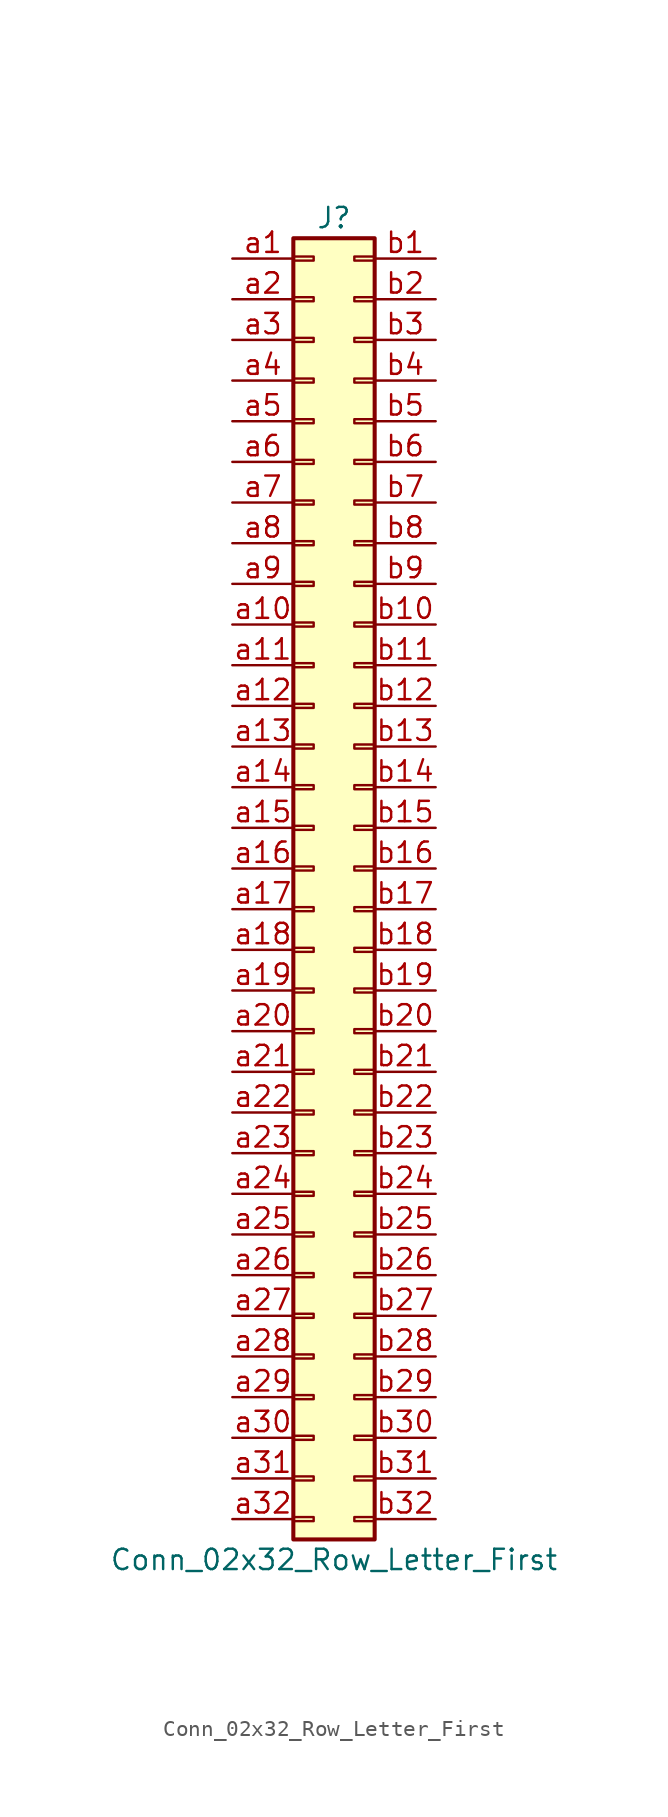
<source format=kicad_sym>
(kicad_symbol_lib
  (version 20201005)
  (generator kicad_symbol_editor)
  (symbol "Connector_Generic:Conn_02x32_Row_Letter_First"
    (pin_names
      (offset 1.016) hide)
    (property "Reference" "J"
      (at 1.27 40.64 0)
      (effects (font (size 1.27 1.27))))
    (property "Value" "Conn_02x32_Row_Letter_First"
      (at 1.27 -43.18 0)
      (effects (font (size 1.27 1.27))))
    (symbol "Conn_02x32_Row_Letter_First_1_1"
      (rectangle (start -1.27 -27.813) (end 0 -28.067) (stroke (width 0.152)) (fill (type none)))
      (rectangle (start -1.27 -30.353) (end 0 -30.607) (stroke (width 0.152)) (fill (type none)))
      (rectangle (start -1.27 -32.893) (end 0 -33.147) (stroke (width 0.152)) (fill (type none)))
      (rectangle (start -1.27 -35.433) (end 0 -35.687) (stroke (width 0.152)) (fill (type none)))
      (rectangle (start -1.27 -37.973) (end 0 -38.227) (stroke (width 0.152)) (fill (type none)))
      (rectangle (start -1.27 -40.513) (end 0 -40.767) (stroke (width 0.152)) (fill (type none)))
      (rectangle (start -1.27 -4.953) (end 0 -5.207) (stroke (width 0.152)) (fill (type none)))
      (rectangle (start -1.27 -7.493) (end 0 -7.747) (stroke (width 0.152)) (fill (type none)))
      (rectangle (start -1.27 -10.033) (end 0 -10.287) (stroke (width 0.152)) (fill (type none)))
      (rectangle (start -1.27 -12.573) (end 0 -12.827) (stroke (width 0.152)) (fill (type none)))
      (rectangle (start -1.27 -15.113) (end 0 -15.367) (stroke (width 0.152)) (fill (type none)))
      (rectangle (start -1.27 -17.653) (end 0 -17.907) (stroke (width 0.152)) (fill (type none)))
      (rectangle (start -1.27 -20.193) (end 0 -20.447) (stroke (width 0.152)) (fill (type none)))
      (rectangle (start -1.27 -22.733) (end 0 -22.987) (stroke (width 0.152)) (fill (type none)))
      (rectangle (start -1.27 -2.413) (end 0 -2.667) (stroke (width 0.152)) (fill (type none)))
      (rectangle (start -1.27 -25.273) (end 0 -25.527) (stroke (width 0.152)) (fill (type none)))
      (rectangle (start -1.27 25.527) (end 0 25.273) (stroke (width 0.152)) (fill (type none)))
      (rectangle (start -1.27 2.667) (end 0 2.413) (stroke (width 0.152)) (fill (type none)))
      (rectangle (start -1.27 28.067) (end 0 27.813) (stroke (width 0.152)) (fill (type none)))
      (rectangle (start -1.27 30.607) (end 0 30.353) (stroke (width 0.152)) (fill (type none)))
      (rectangle (start -1.27 33.147) (end 0 32.893) (stroke (width 0.152)) (fill (type none)))
      (rectangle (start -1.27 35.687) (end 0 35.433) (stroke (width 0.152)) (fill (type none)))
      (rectangle (start -1.27 38.227) (end 0 37.973) (stroke (width 0.152)) (fill (type none)))
      (rectangle (start -1.27 39.37) (end 3.81 -41.91) (stroke (width 0.254)) (fill (type background)))
      (rectangle (start -1.27 5.207) (end 0 4.953) (stroke (width 0.152)) (fill (type none)))
      (rectangle (start -1.27 7.747) (end 0 7.493) (stroke (width 0.152)) (fill (type none)))
      (rectangle (start -1.27 10.287) (end 0 10.033) (stroke (width 0.152)) (fill (type none)))
      (rectangle (start -1.27 0.127) (end 0 -0.127) (stroke (width 0.152)) (fill (type none)))
      (rectangle (start -1.27 12.827) (end 0 12.573) (stroke (width 0.152)) (fill (type none)))
      (rectangle (start -1.27 15.367) (end 0 15.113) (stroke (width 0.152)) (fill (type none)))
      (rectangle (start -1.27 17.907) (end 0 17.653) (stroke (width 0.152)) (fill (type none)))
      (rectangle (start -1.27 20.447) (end 0 20.193) (stroke (width 0.152)) (fill (type none)))
      (rectangle (start -1.27 22.987) (end 0 22.733) (stroke (width 0.152)) (fill (type none)))
      (rectangle (start 3.81 -27.813) (end 2.54 -28.067) (stroke (width 0.152)) (fill (type none)))
      (rectangle (start 3.81 -30.353) (end 2.54 -30.607) (stroke (width 0.152)) (fill (type none)))
      (rectangle (start 3.81 -32.893) (end 2.54 -33.147) (stroke (width 0.152)) (fill (type none)))
      (rectangle (start 3.81 -35.433) (end 2.54 -35.687) (stroke (width 0.152)) (fill (type none)))
      (rectangle (start 3.81 -37.973) (end 2.54 -38.227) (stroke (width 0.152)) (fill (type none)))
      (rectangle (start 3.81 -40.513) (end 2.54 -40.767) (stroke (width 0.152)) (fill (type none)))
      (rectangle (start 3.81 -4.953) (end 2.54 -5.207) (stroke (width 0.152)) (fill (type none)))
      (rectangle (start 3.81 -7.493) (end 2.54 -7.747) (stroke (width 0.152)) (fill (type none)))
      (rectangle (start 3.81 -10.033) (end 2.54 -10.287) (stroke (width 0.152)) (fill (type none)))
      (rectangle (start 3.81 -12.573) (end 2.54 -12.827) (stroke (width 0.152)) (fill (type none)))
      (rectangle (start 3.81 -15.113) (end 2.54 -15.367) (stroke (width 0.152)) (fill (type none)))
      (rectangle (start 3.81 -17.653) (end 2.54 -17.907) (stroke (width 0.152)) (fill (type none)))
      (rectangle (start 3.81 -20.193) (end 2.54 -20.447) (stroke (width 0.152)) (fill (type none)))
      (rectangle (start 3.81 -22.733) (end 2.54 -22.987) (stroke (width 0.152)) (fill (type none)))
      (rectangle (start 3.81 -2.413) (end 2.54 -2.667) (stroke (width 0.152)) (fill (type none)))
      (rectangle (start 3.81 -25.273) (end 2.54 -25.527) (stroke (width 0.152)) (fill (type none)))
      (rectangle (start 3.81 25.527) (end 2.54 25.273) (stroke (width 0.152)) (fill (type none)))
      (rectangle (start 3.81 2.667) (end 2.54 2.413) (stroke (width 0.152)) (fill (type none)))
      (rectangle (start 3.81 28.067) (end 2.54 27.813) (stroke (width 0.152)) (fill (type none)))
      (rectangle (start 3.81 30.607) (end 2.54 30.353) (stroke (width 0.152)) (fill (type none)))
      (rectangle (start 3.81 33.147) (end 2.54 32.893) (stroke (width 0.152)) (fill (type none)))
      (rectangle (start 3.81 35.687) (end 2.54 35.433) (stroke (width 0.152)) (fill (type none)))
      (rectangle (start 3.81 38.227) (end 2.54 37.973) (stroke (width 0.152)) (fill (type none)))
      (rectangle (start 3.81 5.207) (end 2.54 4.953) (stroke (width 0.152)) (fill (type none)))
      (rectangle (start 3.81 7.747) (end 2.54 7.493) (stroke (width 0.152)) (fill (type none)))
      (rectangle (start 3.81 10.287) (end 2.54 10.033) (stroke (width 0.152)) (fill (type none)))
      (rectangle (start 3.81 0.127) (end 2.54 -0.127) (stroke (width 0.152)) (fill (type none)))
      (rectangle (start 3.81 12.827) (end 2.54 12.573) (stroke (width 0.152)) (fill (type none)))
      (rectangle (start 3.81 15.367) (end 2.54 15.113) (stroke (width 0.152)) (fill (type none)))
      (rectangle (start 3.81 17.907) (end 2.54 17.653) (stroke (width 0.152)) (fill (type none)))
      (rectangle (start 3.81 20.447) (end 2.54 20.193) (stroke (width 0.152)) (fill (type none)))
      (rectangle (start 3.81 22.987) (end 2.54 22.733) (stroke (width 0.152)) (fill (type none)))
      (pin passive line (at -5.08 38.1 0) (length 3.81) (name "Pin_a1" (effects (font (size 1.27 1.27)))) (number "a1" (effects (font (size 1.27 1.27)))))
      (pin passive line (at -5.08 15.24 0) (length 3.81) (name "Pin_a10" (effects (font (size 1.27 1.27)))) (number "a10" (effects (font (size 1.27 1.27)))))
      (pin passive line (at -5.08 12.7 0) (length 3.81) (name "Pin_a11" (effects (font (size 1.27 1.27)))) (number "a11" (effects (font (size 1.27 1.27)))))
      (pin passive line (at -5.08 10.16 0) (length 3.81) (name "Pin_a12" (effects (font (size 1.27 1.27)))) (number "a12" (effects (font (size 1.27 1.27)))))
      (pin passive line (at -5.08 7.62 0) (length 3.81) (name "Pin_a13" (effects (font (size 1.27 1.27)))) (number "a13" (effects (font (size 1.27 1.27)))))
      (pin passive line (at -5.08 5.08 0) (length 3.81) (name "Pin_a14" (effects (font (size 1.27 1.27)))) (number "a14" (effects (font (size 1.27 1.27)))))
      (pin passive line (at -5.08 2.54 0) (length 3.81) (name "Pin_a15" (effects (font (size 1.27 1.27)))) (number "a15" (effects (font (size 1.27 1.27)))))
      (pin passive line (at -5.08 0 0) (length 3.81) (name "Pin_a16" (effects (font (size 1.27 1.27)))) (number "a16" (effects (font (size 1.27 1.27)))))
      (pin passive line (at -5.08 -2.54 0) (length 3.81) (name "Pin_a17" (effects (font (size 1.27 1.27)))) (number "a17" (effects (font (size 1.27 1.27)))))
      (pin passive line (at -5.08 -5.08 0) (length 3.81) (name "Pin_a18" (effects (font (size 1.27 1.27)))) (number "a18" (effects (font (size 1.27 1.27)))))
      (pin passive line (at -5.08 -7.62 0) (length 3.81) (name "Pin_a19" (effects (font (size 1.27 1.27)))) (number "a19" (effects (font (size 1.27 1.27)))))
      (pin passive line (at -5.08 35.56 0) (length 3.81) (name "Pin_a2" (effects (font (size 1.27 1.27)))) (number "a2" (effects (font (size 1.27 1.27)))))
      (pin passive line (at -5.08 -10.16 0) (length 3.81) (name "Pin_a20" (effects (font (size 1.27 1.27)))) (number "a20" (effects (font (size 1.27 1.27)))))
      (pin passive line (at -5.08 -12.7 0) (length 3.81) (name "Pin_a21" (effects (font (size 1.27 1.27)))) (number "a21" (effects (font (size 1.27 1.27)))))
      (pin passive line (at -5.08 -15.24 0) (length 3.81) (name "Pin_a22" (effects (font (size 1.27 1.27)))) (number "a22" (effects (font (size 1.27 1.27)))))
      (pin passive line (at -5.08 -17.78 0) (length 3.81) (name "Pin_a23" (effects (font (size 1.27 1.27)))) (number "a23" (effects (font (size 1.27 1.27)))))
      (pin passive line (at -5.08 -20.32 0) (length 3.81) (name "Pin_a24" (effects (font (size 1.27 1.27)))) (number "a24" (effects (font (size 1.27 1.27)))))
      (pin passive line (at -5.08 -22.86 0) (length 3.81) (name "Pin_a25" (effects (font (size 1.27 1.27)))) (number "a25" (effects (font (size 1.27 1.27)))))
      (pin passive line (at -5.08 -25.4 0) (length 3.81) (name "Pin_a26" (effects (font (size 1.27 1.27)))) (number "a26" (effects (font (size 1.27 1.27)))))
      (pin passive line (at -5.08 -27.94 0) (length 3.81) (name "Pin_a27" (effects (font (size 1.27 1.27)))) (number "a27" (effects (font (size 1.27 1.27)))))
      (pin passive line (at -5.08 -30.48 0) (length 3.81) (name "Pin_a28" (effects (font (size 1.27 1.27)))) (number "a28" (effects (font (size 1.27 1.27)))))
      (pin passive line (at -5.08 -33.02 0) (length 3.81) (name "Pin_a29" (effects (font (size 1.27 1.27)))) (number "a29" (effects (font (size 1.27 1.27)))))
      (pin passive line (at -5.08 33.02 0) (length 3.81) (name "Pin_a3" (effects (font (size 1.27 1.27)))) (number "a3" (effects (font (size 1.27 1.27)))))
      (pin passive line (at -5.08 -35.56 0) (length 3.81) (name "Pin_a30" (effects (font (size 1.27 1.27)))) (number "a30" (effects (font (size 1.27 1.27)))))
      (pin passive line (at -5.08 -38.1 0) (length 3.81) (name "Pin_a31" (effects (font (size 1.27 1.27)))) (number "a31" (effects (font (size 1.27 1.27)))))
      (pin passive line (at -5.08 -40.64 0) (length 3.81) (name "Pin_a32" (effects (font (size 1.27 1.27)))) (number "a32" (effects (font (size 1.27 1.27)))))
      (pin passive line (at -5.08 30.48 0) (length 3.81) (name "Pin_a4" (effects (font (size 1.27 1.27)))) (number "a4" (effects (font (size 1.27 1.27)))))
      (pin passive line (at -5.08 27.94 0) (length 3.81) (name "Pin_a5" (effects (font (size 1.27 1.27)))) (number "a5" (effects (font (size 1.27 1.27)))))
      (pin passive line (at -5.08 25.4 0) (length 3.81) (name "Pin_a6" (effects (font (size 1.27 1.27)))) (number "a6" (effects (font (size 1.27 1.27)))))
      (pin passive line (at -5.08 22.86 0) (length 3.81) (name "Pin_a7" (effects (font (size 1.27 1.27)))) (number "a7" (effects (font (size 1.27 1.27)))))
      (pin passive line (at -5.08 20.32 0) (length 3.81) (name "Pin_a8" (effects (font (size 1.27 1.27)))) (number "a8" (effects (font (size 1.27 1.27)))))
      (pin passive line (at -5.08 17.78 0) (length 3.81) (name "Pin_a9" (effects (font (size 1.27 1.27)))) (number "a9" (effects (font (size 1.27 1.27)))))
      (pin passive line (at 7.62 38.1 180) (length 3.81) (name "Pin_b1" (effects (font (size 1.27 1.27)))) (number "b1" (effects (font (size 1.27 1.27)))))
      (pin passive line (at 7.62 15.24 180) (length 3.81) (name "Pin_b10" (effects (font (size 1.27 1.27)))) (number "b10" (effects (font (size 1.27 1.27)))))
      (pin passive line (at 7.62 12.7 180) (length 3.81) (name "Pin_b11" (effects (font (size 1.27 1.27)))) (number "b11" (effects (font (size 1.27 1.27)))))
      (pin passive line (at 7.62 10.16 180) (length 3.81) (name "Pin_b12" (effects (font (size 1.27 1.27)))) (number "b12" (effects (font (size 1.27 1.27)))))
      (pin passive line (at 7.62 7.62 180) (length 3.81) (name "Pin_b13" (effects (font (size 1.27 1.27)))) (number "b13" (effects (font (size 1.27 1.27)))))
      (pin passive line (at 7.62 5.08 180) (length 3.81) (name "Pin_b14" (effects (font (size 1.27 1.27)))) (number "b14" (effects (font (size 1.27 1.27)))))
      (pin passive line (at 7.62 2.54 180) (length 3.81) (name "Pin_b15" (effects (font (size 1.27 1.27)))) (number "b15" (effects (font (size 1.27 1.27)))))
      (pin passive line (at 7.62 0 180) (length 3.81) (name "Pin_b16" (effects (font (size 1.27 1.27)))) (number "b16" (effects (font (size 1.27 1.27)))))
      (pin passive line (at 7.62 -2.54 180) (length 3.81) (name "Pin_b17" (effects (font (size 1.27 1.27)))) (number "b17" (effects (font (size 1.27 1.27)))))
      (pin passive line (at 7.62 -5.08 180) (length 3.81) (name "Pin_b18" (effects (font (size 1.27 1.27)))) (number "b18" (effects (font (size 1.27 1.27)))))
      (pin passive line (at 7.62 -7.62 180) (length 3.81) (name "Pin_b19" (effects (font (size 1.27 1.27)))) (number "b19" (effects (font (size 1.27 1.27)))))
      (pin passive line (at 7.62 35.56 180) (length 3.81) (name "Pin_b2" (effects (font (size 1.27 1.27)))) (number "b2" (effects (font (size 1.27 1.27)))))
      (pin passive line (at 7.62 -10.16 180) (length 3.81) (name "Pin_b20" (effects (font (size 1.27 1.27)))) (number "b20" (effects (font (size 1.27 1.27)))))
      (pin passive line (at 7.62 -12.7 180) (length 3.81) (name "Pin_b21" (effects (font (size 1.27 1.27)))) (number "b21" (effects (font (size 1.27 1.27)))))
      (pin passive line (at 7.62 -15.24 180) (length 3.81) (name "Pin_b22" (effects (font (size 1.27 1.27)))) (number "b22" (effects (font (size 1.27 1.27)))))
      (pin passive line (at 7.62 -17.78 180) (length 3.81) (name "Pin_b23" (effects (font (size 1.27 1.27)))) (number "b23" (effects (font (size 1.27 1.27)))))
      (pin passive line (at 7.62 -20.32 180) (length 3.81) (name "Pin_b24" (effects (font (size 1.27 1.27)))) (number "b24" (effects (font (size 1.27 1.27)))))
      (pin passive line (at 7.62 -22.86 180) (length 3.81) (name "Pin_b25" (effects (font (size 1.27 1.27)))) (number "b25" (effects (font (size 1.27 1.27)))))
      (pin passive line (at 7.62 -25.4 180) (length 3.81) (name "Pin_b26" (effects (font (size 1.27 1.27)))) (number "b26" (effects (font (size 1.27 1.27)))))
      (pin passive line (at 7.62 -27.94 180) (length 3.81) (name "Pin_b27" (effects (font (size 1.27 1.27)))) (number "b27" (effects (font (size 1.27 1.27)))))
      (pin passive line (at 7.62 -30.48 180) (length 3.81) (name "Pin_b28" (effects (font (size 1.27 1.27)))) (number "b28" (effects (font (size 1.27 1.27)))))
      (pin passive line (at 7.62 -33.02 180) (length 3.81) (name "Pin_b29" (effects (font (size 1.27 1.27)))) (number "b29" (effects (font (size 1.27 1.27)))))
      (pin passive line (at 7.62 33.02 180) (length 3.81) (name "Pin_b3" (effects (font (size 1.27 1.27)))) (number "b3" (effects (font (size 1.27 1.27)))))
      (pin passive line (at 7.62 -35.56 180) (length 3.81) (name "Pin_b30" (effects (font (size 1.27 1.27)))) (number "b30" (effects (font (size 1.27 1.27)))))
      (pin passive line (at 7.62 -38.1 180) (length 3.81) (name "Pin_b31" (effects (font (size 1.27 1.27)))) (number "b31" (effects (font (size 1.27 1.27)))))
      (pin passive line (at 7.62 -40.64 180) (length 3.81) (name "Pin_b32" (effects (font (size 1.27 1.27)))) (number "b32" (effects (font (size 1.27 1.27)))))
      (pin passive line (at 7.62 30.48 180) (length 3.81) (name "Pin_b4" (effects (font (size 1.27 1.27)))) (number "b4" (effects (font (size 1.27 1.27)))))
      (pin passive line (at 7.62 27.94 180) (length 3.81) (name "Pin_b5" (effects (font (size 1.27 1.27)))) (number "b5" (effects (font (size 1.27 1.27)))))
      (pin passive line (at 7.62 25.4 180) (length 3.81) (name "Pin_b6" (effects (font (size 1.27 1.27)))) (number "b6" (effects (font (size 1.27 1.27)))))
      (pin passive line (at 7.62 22.86 180) (length 3.81) (name "Pin_b7" (effects (font (size 1.27 1.27)))) (number "b7" (effects (font (size 1.27 1.27)))))
      (pin passive line (at 7.62 20.32 180) (length 3.81) (name "Pin_b8" (effects (font (size 1.27 1.27)))) (number "b8" (effects (font (size 1.27 1.27)))))
      (pin passive line (at 7.62 17.78 180) (length 3.81) (name "Pin_b9" (effects (font (size 1.27 1.27)))) (number "b9" (effects (font (size 1.27 1.27))))))))
</source>
